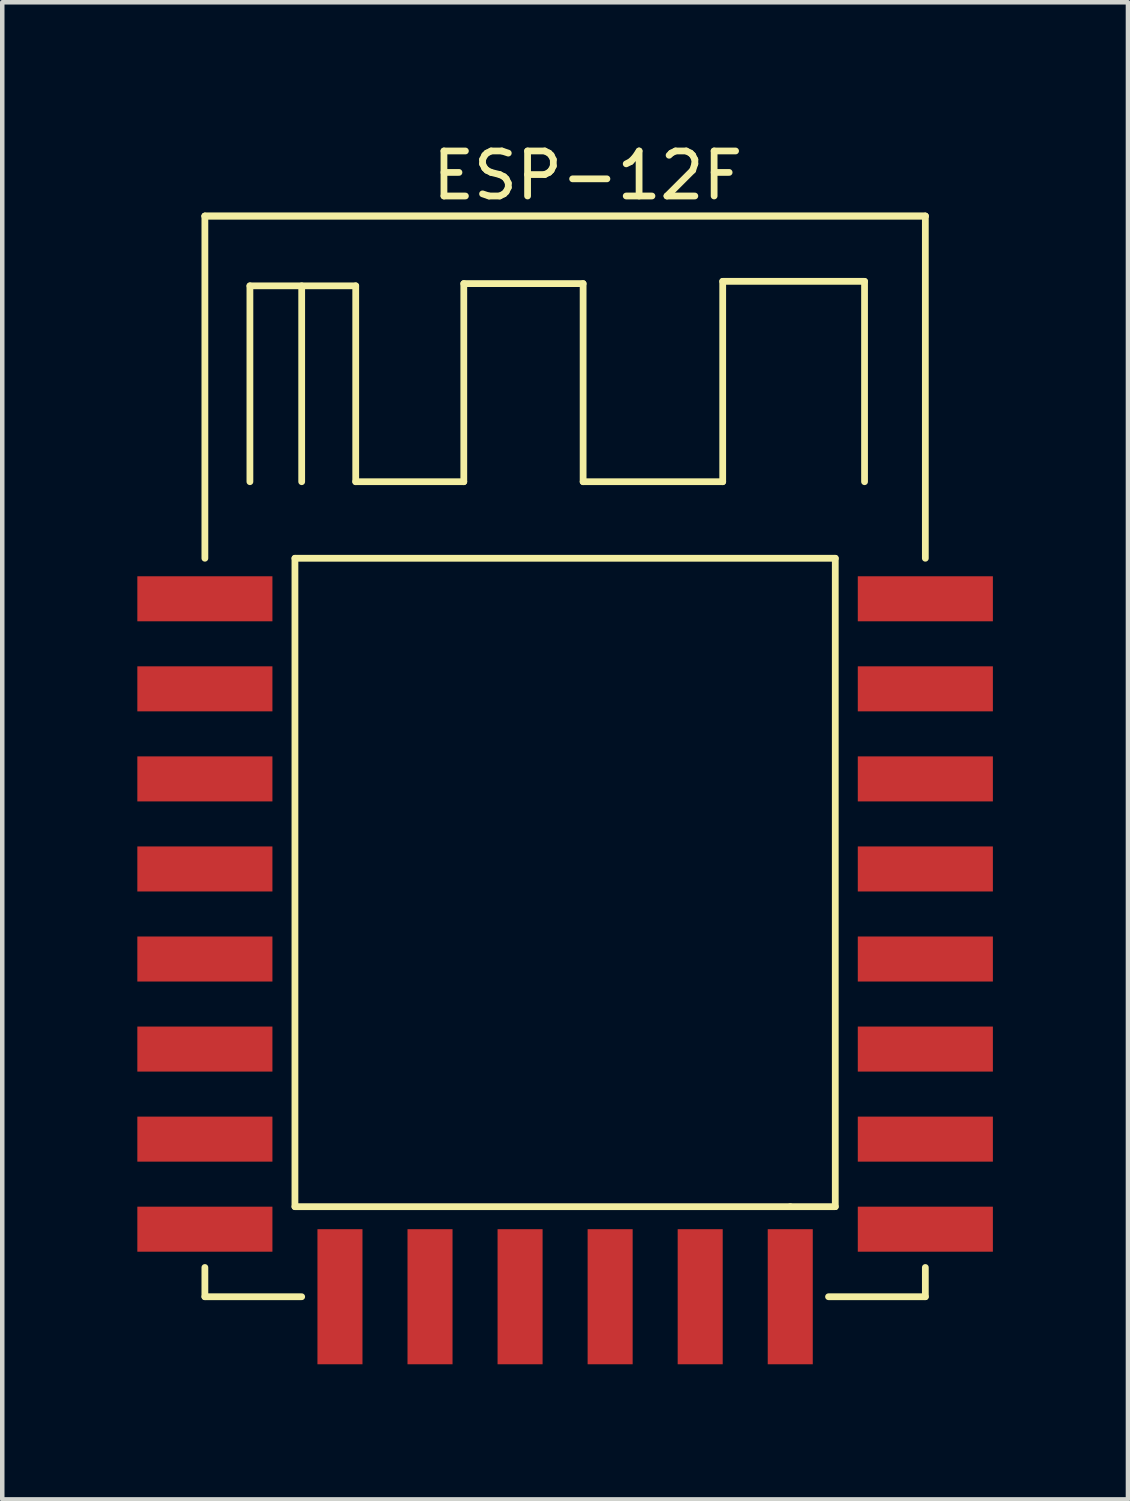
<source format=kicad_pcb>
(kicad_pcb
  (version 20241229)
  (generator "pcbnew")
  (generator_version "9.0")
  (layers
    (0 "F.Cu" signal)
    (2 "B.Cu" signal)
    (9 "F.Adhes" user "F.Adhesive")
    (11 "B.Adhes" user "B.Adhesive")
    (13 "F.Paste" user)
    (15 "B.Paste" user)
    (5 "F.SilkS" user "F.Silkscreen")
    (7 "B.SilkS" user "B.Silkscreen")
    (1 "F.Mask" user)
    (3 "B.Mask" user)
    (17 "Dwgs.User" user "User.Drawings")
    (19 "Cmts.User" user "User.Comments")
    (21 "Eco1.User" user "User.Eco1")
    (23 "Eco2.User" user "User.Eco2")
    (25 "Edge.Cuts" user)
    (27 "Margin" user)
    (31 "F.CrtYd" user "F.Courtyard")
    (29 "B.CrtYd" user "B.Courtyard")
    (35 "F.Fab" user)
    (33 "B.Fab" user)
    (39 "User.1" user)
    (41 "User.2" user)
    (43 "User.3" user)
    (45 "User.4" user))
  (footprint "ESP-12F"
    (layer "F.Cu")
    (at 1.5 25.748)
    (property "Reference" "ESP-12F" (at 8.5 -24.9 0) (layer "F.SilkS") (effects (font (size 1 1) (thickness 0.15))))
    (attr through_hole)
    (fp_line (start 0 -24) (end 16 -24) (stroke (width 0.15) (type solid)) (layer "F.SilkS"))
    (fp_line (start 0 -24) (end 16 -24) (stroke (width 0.15) (type solid)) (layer "F.SilkS"))
    (fp_line (start 0 -16.4) (end 0 -24) (stroke (width 0.15) (type solid)) (layer "F.SilkS"))
    (fp_line (start 0 0) (end 0 -0.65) (stroke (width 0.15) (type solid)) (layer "F.SilkS"))
    (fp_line (start 1 -22.45) (end 1 -18.1) (stroke (width 0.15) (type solid)) (layer "F.SilkS"))
    (fp_line (start 2 -16.4) (end 2 -2) (stroke (width 0.15) (type solid)) (layer "F.SilkS"))
    (fp_line (start 2 -2) (end 13 -2) (stroke (width 0.15) (type solid)) (layer "F.SilkS"))
    (fp_line (start 2.15 -22.45) (end 2.15 -18.1) (stroke (width 0.15) (type solid)) (layer "F.SilkS"))
    (fp_line (start 2.15 0) (end 0 0) (stroke (width 0.15) (type solid)) (layer "F.SilkS"))
    (fp_line (start 3.35 -22.45) (end 1 -22.45) (stroke (width 0.15) (type solid)) (layer "F.SilkS"))
    (fp_line (start 3.35 -18.1) (end 3.35 -22.45) (stroke (width 0.15) (type solid)) (layer "F.SilkS"))
    (fp_line (start 5.75 -22.5) (end 5.75 -18.1) (stroke (width 0.15) (type solid)) (layer "F.SilkS"))
    (fp_line (start 5.75 -18.1) (end 3.35 -18.1) (stroke (width 0.15) (type solid)) (layer "F.SilkS"))
    (fp_line (start 8.4 -22.5) (end 5.75 -22.5) (stroke (width 0.15) (type solid)) (layer "F.SilkS"))
    (fp_line (start 8.4 -18.1) (end 8.4 -22.5) (stroke (width 0.15) (type solid)) (layer "F.SilkS"))
    (fp_line (start 11.5 -22.55) (end 11.5 -18.1) (stroke (width 0.15) (type solid)) (layer "F.SilkS"))
    (fp_line (start 11.5 -18.1) (end 8.4 -18.1) (stroke (width 0.15) (type solid)) (layer "F.SilkS"))
    (fp_line (start 13 -2) (end 14 -2) (stroke (width 0.15) (type solid)) (layer "F.SilkS"))
    (fp_line (start 13.85 0) (end 16 0) (stroke (width 0.15) (type solid)) (layer "F.SilkS"))
    (fp_line (start 14 -16.4) (end 2 -16.4) (stroke (width 0.15) (type solid)) (layer "F.SilkS"))
    (fp_line (start 14 -2) (end 14 -16.4) (stroke (width 0.15) (type solid)) (layer "F.SilkS"))
    (fp_line (start 14.65 -22.55) (end 11.5 -22.55) (stroke (width 0.15) (type solid)) (layer "F.SilkS"))
    (fp_line (start 14.65 -18.1) (end 14.65 -22.55) (stroke (width 0.15) (type solid)) (layer "F.SilkS"))
    (fp_line (start 16 -24) (end 16 -16.4) (stroke (width 0.15) (type solid)) (layer "F.SilkS"))
    (fp_line (start 16 0) (end 16 -0.65) (stroke (width 0.15) (type solid)) (layer "F.SilkS"))
    (pad "1" smd rect (at 0 -15.5) (size 3 1) (layers "F.Cu" "F.Mask" "F.Paste"))
    (pad "2" smd rect (at 0 -13.5) (size 3 1) (layers "F.Cu" "F.Mask" "F.Paste"))
    (pad "3" smd rect (at 0 -11.5) (size 3 1) (layers "F.Cu" "F.Mask" "F.Paste"))
    (pad "4" smd rect (at 0 -9.5) (size 3 1) (layers "F.Cu" "F.Mask" "F.Paste"))
    (pad "5" smd rect (at 0 -7.5) (size 3 1) (layers "F.Cu" "F.Mask" "F.Paste"))
    (pad "6" smd rect (at 0 -5.5) (size 3 1) (layers "F.Cu" "F.Mask" "F.Paste"))
    (pad "7" smd rect (at 0 -3.5) (size 3 1) (layers "F.Cu" "F.Mask" "F.Paste"))
    (pad "8" smd rect (at 0 -1.5) (size 3 1) (layers "F.Cu" "F.Mask" "F.Paste"))
    (pad "9" smd rect (at 3 0) (size 1 3) (layers "F.Cu" "F.Mask" "F.Paste"))
    (pad "10" smd rect (at 5 0) (size 1 3) (layers "F.Cu" "F.Mask" "F.Paste"))
    (pad "11" smd rect (at 7 0) (size 1 3) (layers "F.Cu" "F.Mask" "F.Paste"))
    (pad "12" smd rect (at 9 0) (size 1 3) (layers "F.Cu" "F.Mask" "F.Paste"))
    (pad "13" smd rect (at 11 0) (size 1 3) (layers "F.Cu" "F.Mask" "F.Paste"))
    (pad "14" smd rect (at 13 0) (size 1 3) (layers "F.Cu" "F.Mask" "F.Paste"))
    (pad "15" smd rect (at 16 -1.5) (size 3 1) (layers "F.Cu" "F.Mask" "F.Paste"))
    (pad "16" smd rect (at 16 -3.5) (size 3 1) (layers "F.Cu" "F.Mask" "F.Paste"))
    (pad "17" smd rect (at 16 -5.5) (size 3 1) (layers "F.Cu" "F.Mask" "F.Paste"))
    (pad "18" smd rect (at 16 -7.5) (size 3 1) (layers "F.Cu" "F.Mask" "F.Paste"))
    (pad "19" smd rect (at 16 -9.5) (size 3 1) (layers "F.Cu" "F.Mask" "F.Paste"))
    (pad "20" smd rect (at 16 -11.5) (size 3 1) (layers "F.Cu" "F.Mask" "F.Paste"))
    (pad "21" smd rect (at 16 -13.5) (size 3 1) (layers "F.Cu" "F.Mask" "F.Paste"))
    (pad "22" smd rect (at 16 -15.5) (size 3 1) (layers "F.Cu" "F.Mask" "F.Paste")))
  (gr_rect
    (start -3 -3)
    (end 22 30.248)
    (stroke (width 0.1) (type default))
    (fill no)
    (layer "Edge.Cuts")))
</source>
